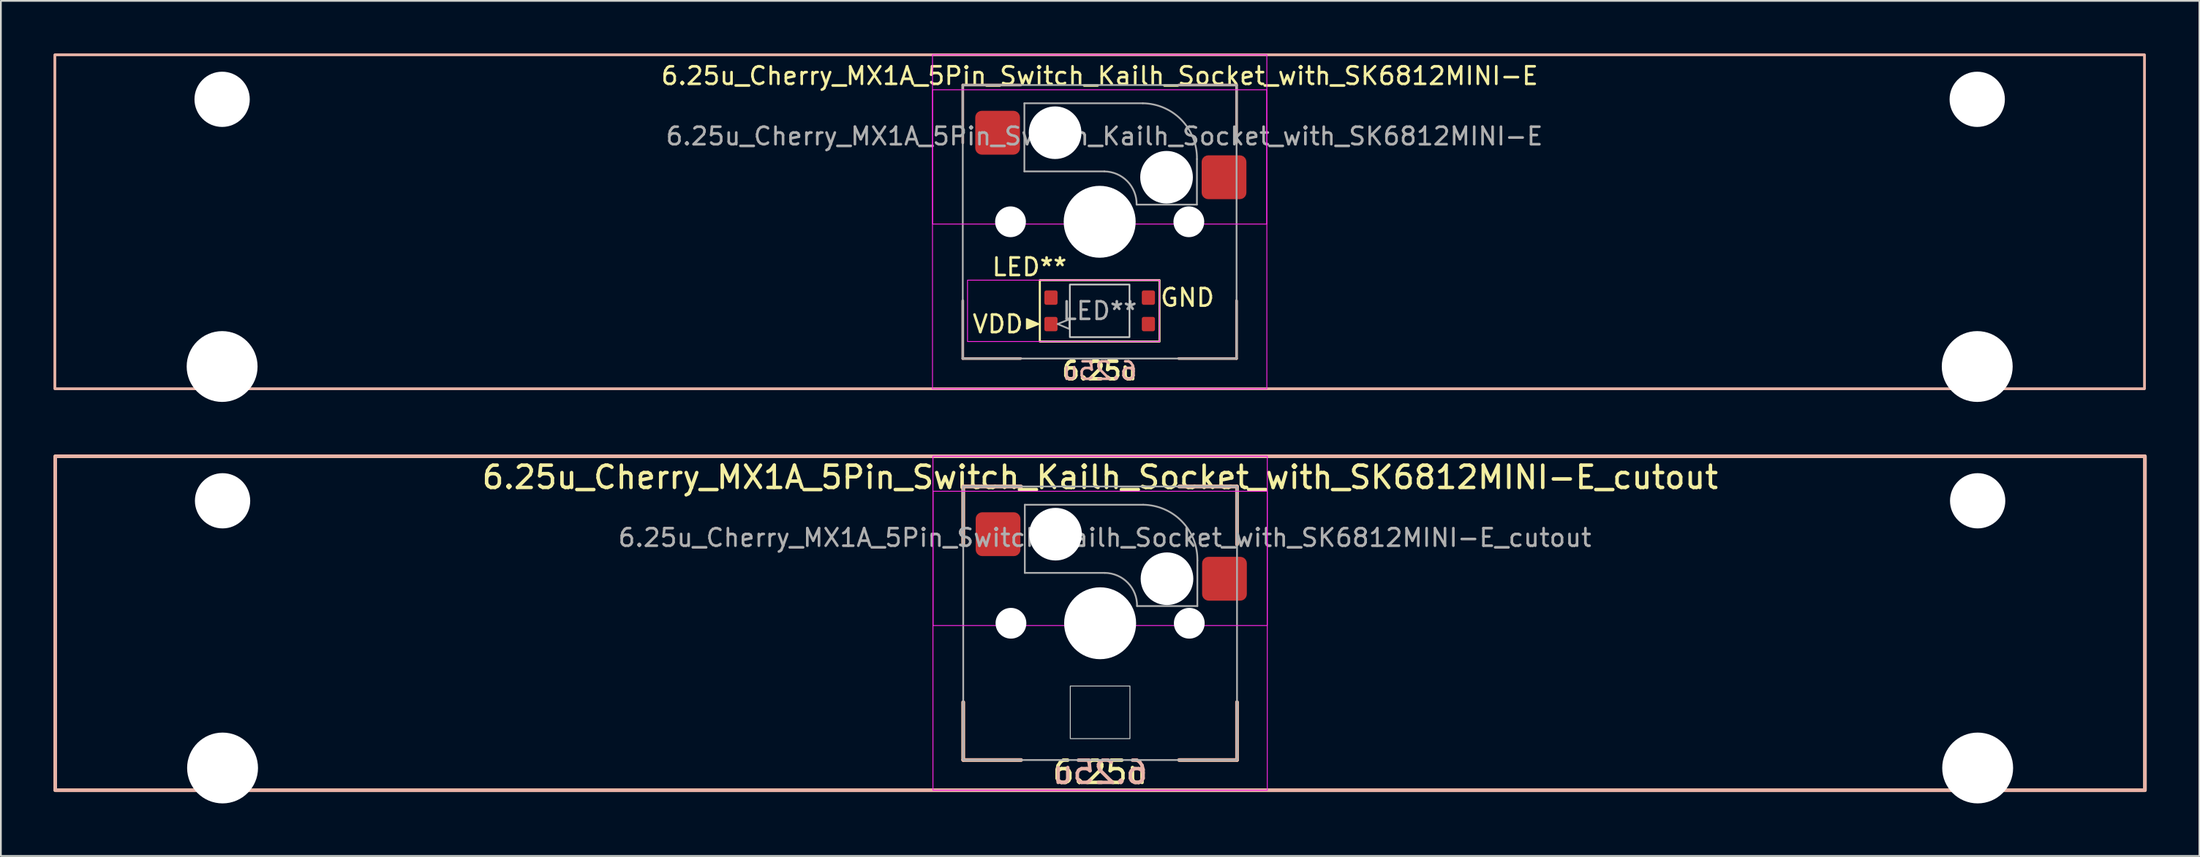
<source format=kicad_pcb>
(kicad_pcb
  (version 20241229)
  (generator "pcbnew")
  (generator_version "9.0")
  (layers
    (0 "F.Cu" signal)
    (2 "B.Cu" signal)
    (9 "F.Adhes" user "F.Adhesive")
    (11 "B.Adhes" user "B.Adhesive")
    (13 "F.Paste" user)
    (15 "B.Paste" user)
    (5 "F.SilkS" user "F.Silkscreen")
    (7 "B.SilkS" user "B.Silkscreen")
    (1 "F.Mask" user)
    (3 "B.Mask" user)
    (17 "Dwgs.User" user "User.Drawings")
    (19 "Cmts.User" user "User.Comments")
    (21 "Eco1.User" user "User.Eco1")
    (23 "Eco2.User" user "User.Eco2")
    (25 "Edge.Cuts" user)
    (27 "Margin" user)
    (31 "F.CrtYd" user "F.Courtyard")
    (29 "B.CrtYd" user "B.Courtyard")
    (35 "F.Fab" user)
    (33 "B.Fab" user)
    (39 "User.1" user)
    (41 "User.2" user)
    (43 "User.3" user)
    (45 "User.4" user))
  (footprint "6.25u_Cherry_MX1A_5Pin_Switch_Kailh_Socket_with_SK6812MINI-E_cutout"
    (layer "F.Cu")
    (at 59.631 32.499)
    (property "Reference" "6.25u_Cherry_MX1A_5Pin_Switch_Kailh_Socket_with_SK6812MINI-E_cutout" (at 0 -8.325 0) (layer "F.SilkS") (effects (font (size 1.27 1.27) (thickness 0.2))))
    (property "Size" "6.25u" (at 0 8.5 0) (layer "F.SilkS") (effects (font (size 1.27 1.27) (thickness 0.2) (bold yes))))
    (attr smd)
    (fp_line (start -7.8 -7.8) (end -7.8 -4.5) (stroke (width 0.2) (type default)) (layer "F.SilkS"))
    (fp_line (start -7.8 -7.8) (end -4.5 -7.8) (stroke (width 0.2) (type default)) (layer "F.SilkS"))
    (fp_line (start -7.8 7.8) (end -7.8 4.5) (stroke (width 0.2) (type solid)) (layer "F.SilkS"))
    (fp_line (start -7.8 7.8) (end -4.5 7.8) (stroke (width 0.2) (type default)) (layer "F.SilkS"))
    (fp_line (start 7.8 -7.8) (end 4.5 -7.8) (stroke (width 0.2) (type default)) (layer "F.SilkS"))
    (fp_line (start 7.8 -7.8) (end 7.8 -4.5) (stroke (width 0.2) (type default)) (layer "F.SilkS"))
    (fp_line (start 7.8 7.8) (end 4.5 7.8) (stroke (width 0.2) (type default)) (layer "F.SilkS"))
    (fp_line (start 7.8 7.8) (end 7.8 4.5) (stroke (width 0.2) (type default)) (layer "F.SilkS"))
    (fp_rect (start -59.531 -9.525) (end 59.531 9.525) (stroke (width 0.2) (type default)) (fill no) (layer "F.SilkS"))
    (fp_line (start -7.8 -7.8) (end -7.8 -4.5) (stroke (width 0.2) (type default)) (layer "B.SilkS"))
    (fp_line (start -7.8 -7.8) (end -4.5 -7.8) (stroke (width 0.2) (type default)) (layer "B.SilkS"))
    (fp_line (start -7.8 7.8) (end -7.8 4.5) (stroke (width 0.2) (type default)) (layer "B.SilkS"))
    (fp_line (start -7.8 7.8) (end -4.5 7.8) (stroke (width 0.2) (type default)) (layer "B.SilkS"))
    (fp_line (start 7.8 -7.8) (end 4.5 -7.8) (stroke (width 0.2) (type default)) (layer "B.SilkS"))
    (fp_line (start 7.8 -7.8) (end 7.8 -4.5) (stroke (width 0.2) (type default)) (layer "B.SilkS"))
    (fp_line (start 7.8 7.8) (end 4.5 7.8) (stroke (width 0.2) (type default)) (layer "B.SilkS"))
    (fp_line (start 7.8 7.8) (end 7.8 4.5) (stroke (width 0.2) (type default)) (layer "B.SilkS"))
    (fp_rect (start -59.531 -9.525) (end 59.531 9.525) (stroke (width 0.2) (type default)) (fill no) (layer "B.SilkS"))
    (fp_rect (start -1.7 3.58) (end 1.7 6.58) (stroke (width 0.05) (type default)) (fill no) (layer "Edge.Cuts"))
    (fp_rect (start -9.525 -9.525) (end 9.525 9.525) (stroke (width 0.05) (type default)) (fill no) (layer "F.CrtYd"))
    (fp_rect (start -9.52 -7.53) (end 9.52 0.13) (stroke (width 0.05) (type default)) (fill no) (layer "F.CrtYd"))
    (fp_line (start -4.29 -2.873) (end -4.29 -6.759) (stroke (width 0.1) (type default)) (layer "F.Fab"))
    (fp_line (start 0.269 -2.873) (end -4.29 -2.873) (stroke (width 0.1) (type default)) (layer "F.Fab"))
    (fp_line (start 2.455 -6.759) (end -4.29 -6.759) (stroke (width 0.1) (type default)) (layer "F.Fab"))
    (fp_line (start 5.54 -0.98) (end 2.105 -0.98) (stroke (width 0.1) (type default)) (layer "F.Fab"))
    (fp_line (start 5.54 -0.98) (end 5.542 -3.577) (stroke (width 0.1) (type default)) (layer "F.Fab"))
    (fp_rect (start -7.8 -7.8) (end 7.8 7.8) (stroke (width 0.1) (type default)) (fill no) (layer "F.Fab"))
    (fp_arc (start 0.268782 -2.872715) (mid 1.580341 -2.308063) (end 2.105 -0.98) (stroke (width 0.1) (type default)) (layer "F.Fab"))
    (fp_arc (start 2.45495 -6.759322) (mid 4.66 -5.81) (end 5.542076 -3.577199) (stroke (width 0.1) (type default)) (layer "F.Fab"))
    (fp_text user "${Size}" (at 0 8.5 0) (unlocked yes) (layer "B.SilkS") (effects (font (size 1.27 1.27) (thickness 0.2) (bold yes)) (justify mirror)))
    (fp_text user "${REFERENCE}" (at 0.269 -4.88 0) (layer "F.Fab") (effects (font (size 1 1) (thickness 0.15))))
    (pad "" np_thru_hole circle (at -50 -6.985) (size 3.15 3.15) (drill 3.15) (layers "*.Cu" "*.Mask"))
    (pad "" np_thru_hole circle (at -50 8.255) (size 4.039 4.039) (drill 4.039) (layers "*.Cu" "*.Mask"))
    (pad "" np_thru_hole circle (at -5.08 0) (size 1.753 1.753) (drill 1.753) (layers "*.Cu" "*.Mask"))
    (pad "" np_thru_hole circle (at -2.54 -5.08) (size 3 3) (drill 3) (layers "*.Cu" "*.Mask"))
    (pad "" np_thru_hole circle (at 0 0) (size 4.1 4.1) (drill 4.1) (layers "*.Cu" "*.Mask"))
    (pad "" np_thru_hole circle (at 3.81 -2.54) (size 3 3) (drill 3) (layers "*.Cu" "*.Mask"))
    (pad "" np_thru_hole circle (at 5.08 0) (size 1.753 1.753) (drill 1.753) (layers "*.Cu" "*.Mask"))
    (pad "" np_thru_hole circle (at 50 -6.985) (size 3.15 3.15) (drill 3.15) (layers "*.Cu" "*.Mask"))
    (pad "" np_thru_hole circle (at 50 8.255) (size 4.039 4.039) (drill 4.039) (layers "*.Cu" "*.Mask"))
    (pad "1" smd roundrect (at -5.815 -5.08) (size 2.55 2.5) (layers "F.Cu" "F.Mask" "F.Paste") (roundrect_rratio 0.15))
    (pad "2" smd roundrect (at 7.085 -2.54) (size 2.55 2.5) (layers "F.Cu" "F.Mask" "F.Paste") (roundrect_rratio 0.15)))
  (footprint "6.25u_Cherry_MX1A_5Pin_Switch_Kailh_Socket_with_SK6812MINI-E"
    (layer "F.Cu")
    (at 59.606 9.6)
    (property "Reference" "6.25u_Cherry_MX1A_5Pin_Switch_Kailh_Socket_with_SK6812MINI-E" (at 0 -8.325 0) (layer "F.SilkS") (effects (font (size 1 1) (thickness 0.15))))
    (property "LED_Reference" "LED**" (at -4 2.58 0) (layer "F.SilkS") (effects (font (size 1 1) (thickness 0.15))))
    (property "Size" "6.25u" (at 0 8.5 0) (layer "F.SilkS") (effects (font (size 1 1) (thickness 0.2) (bold yes))))
    (attr smd)
    (fp_line (start -7.8 -7.8) (end -7.8 -4.5) (stroke (width 0.12) (type default)) (layer "F.SilkS"))
    (fp_line (start -7.8 -7.8) (end -4.5 -7.8) (stroke (width 0.12) (type default)) (layer "F.SilkS"))
    (fp_line (start -7.8 7.8) (end -7.8 4.5) (stroke (width 0.12) (type solid)) (layer "F.SilkS"))
    (fp_line (start -7.8 7.8) (end -4.5 7.8) (stroke (width 0.12) (type default)) (layer "F.SilkS"))
    (fp_line (start 7.8 -7.8) (end 4.5 -7.8) (stroke (width 0.12) (type default)) (layer "F.SilkS"))
    (fp_line (start 7.8 -7.8) (end 7.8 -4.5) (stroke (width 0.12) (type default)) (layer "F.SilkS"))
    (fp_line (start 7.8 7.8) (end 4.5 7.8) (stroke (width 0.12) (type default)) (layer "F.SilkS"))
    (fp_line (start 7.8 7.8) (end 7.8 4.5) (stroke (width 0.12) (type default)) (layer "F.SilkS"))
    (fp_rect (start -59.531 -9.525) (end 59.531 9.525) (stroke (width 0.12) (type default)) (fill no) (layer "F.SilkS"))
    (fp_rect (start -3.41 3.33) (end 3.41 6.83) (stroke (width 0.12) (type default)) (fill no) (layer "F.SilkS"))
    (fp_poly (pts (xy -3.48 5.83) (xy -4.153 5.547) (xy -4.153 5.55) (xy -4.153 6.097)) (stroke (width 0.1) (type solid)) (fill yes) (layer "F.SilkS"))
    (fp_line (start -7.8 -7.8) (end -7.8 -4.5) (stroke (width 0.15) (type default)) (layer "B.SilkS"))
    (fp_line (start -7.8 -7.8) (end -4.5 -7.8) (stroke (width 0.15) (type default)) (layer "B.SilkS"))
    (fp_line (start -7.8 7.8) (end -7.8 4.5) (stroke (width 0.15) (type default)) (layer "B.SilkS"))
    (fp_line (start -7.8 7.8) (end -4.5 7.8) (stroke (width 0.15) (type default)) (layer "B.SilkS"))
    (fp_line (start 7.8 -7.8) (end 4.5 -7.8) (stroke (width 0.15) (type default)) (layer "B.SilkS"))
    (fp_line (start 7.8 -7.8) (end 7.8 -4.5) (stroke (width 0.15) (type default)) (layer "B.SilkS"))
    (fp_line (start 7.8 7.8) (end 4.5 7.8) (stroke (width 0.15) (type default)) (layer "B.SilkS"))
    (fp_line (start 7.8 7.8) (end 7.8 4.5) (stroke (width 0.15) (type default)) (layer "B.SilkS"))
    (fp_rect (start -59.531 -9.525) (end 59.531 9.525) (stroke (width 0.15) (type default)) (fill no) (layer "B.SilkS"))
    (fp_rect (start -1.7 3.58) (end 1.7 6.58) (stroke (width 0.05) (type default)) (fill no) (layer "Edge.Cuts"))
    (fp_rect (start -9.525 -9.525) (end 9.525 9.525) (stroke (width 0.05) (type default)) (fill no) (layer "F.CrtYd"))
    (fp_rect (start -9.52 -7.53) (end 9.52 0.13) (stroke (width 0.05) (type default)) (fill no) (layer "F.CrtYd"))
    (fp_rect (start -7.53 3.33) (end 3.41 6.83) (stroke (width 0.05) (type default)) (fill no) (layer "F.CrtYd"))
    (fp_line (start -4.29 -2.873) (end -4.29 -6.759) (stroke (width 0.1) (type default)) (layer "F.Fab"))
    (fp_line (start 0.269 -2.873) (end -4.29 -2.873) (stroke (width 0.1) (type default)) (layer "F.Fab"))
    (fp_line (start 2.455 -6.759) (end -4.29 -6.759) (stroke (width 0.1) (type default)) (layer "F.Fab"))
    (fp_line (start 5.54 -0.98) (end 2.105 -0.98) (stroke (width 0.1) (type default)) (layer "F.Fab"))
    (fp_line (start 5.54 -0.98) (end 5.542 -3.577) (stroke (width 0.1) (type default)) (layer "F.Fab"))
    (fp_rect (start -7.8 -7.8) (end 7.8 7.8) (stroke (width 0.1) (type default)) (fill no) (layer "F.Fab"))
    (fp_rect (start -1.7 3.58) (end 1.7 6.58) (stroke (width 0.1) (type default)) (fill no) (layer "F.Fab"))
    (fp_arc (start 0.268782 -2.872715) (mid 1.580341 -2.308063) (end 2.105 -0.98) (stroke (width 0.1) (type default)) (layer "F.Fab"))
    (fp_arc (start 2.45495 -6.759322) (mid 4.66 -5.81) (end 5.542076 -3.577199) (stroke (width 0.1) (type default)) (layer "F.Fab"))
    (fp_poly (pts (xy -2.4 5.83) (xy -1.727 6.113) (xy -1.727 6.11) (xy -1.727 5.563)) (stroke (width 0.1) (type solid)) (fill no) (layer "F.Fab"))
    (fp_text user "GND" (at 5 4.325 0) (unlocked yes) (layer "F.SilkS") (effects (font (size 1 1) (thickness 0.15))))
    (fp_text user "VDD" (at -5.8 5.835 0) (unlocked yes) (layer "F.SilkS") (effects (font (size 1 1) (thickness 0.15))))
    (fp_text user "${Size}" (at 0 8.5 0) (unlocked yes) (layer "B.SilkS") (effects (font (size 1 1) (thickness 0.15)) (justify mirror)))
    (fp_text user "${REFERENCE}" (at 0.269 -4.88 0) (layer "F.Fab") (effects (font (size 1 1) (thickness 0.15))))
    (fp_text user "${LED_Reference}" (at 0 5.08 0) (unlocked yes) (layer "F.Fab") (effects (font (size 1 1) (thickness 0.15))))
    (pad "" np_thru_hole circle (at -50 -6.985) (size 3.15 3.15) (drill 3.15) (layers "*.Cu" "*.Mask"))
    (pad "" np_thru_hole circle (at -50 8.255) (size 4.039 4.039) (drill 4.039) (layers "*.Cu" "*.Mask"))
    (pad "" np_thru_hole circle (at -5.08 0) (size 1.753 1.753) (drill 1.753) (layers "*.Cu" "*.Mask"))
    (pad "" np_thru_hole circle (at -2.54 -5.08) (size 3 3) (drill 3) (layers "*.Cu" "*.Mask"))
    (pad "" np_thru_hole circle (at 0 0) (size 4.1 4.1) (drill 4.1) (layers "*.Cu" "*.Mask"))
    (pad "" np_thru_hole circle (at 3.81 -2.54) (size 3 3) (drill 3) (layers "*.Cu" "*.Mask"))
    (pad "" np_thru_hole circle (at 5.08 0) (size 1.753 1.753) (drill 1.753) (layers "*.Cu" "*.Mask"))
    (pad "" np_thru_hole circle (at 50 -6.985) (size 3.15 3.15) (drill 3.15) (layers "*.Cu" "*.Mask"))
    (pad "" np_thru_hole circle (at 50 8.255) (size 4.039 4.039) (drill 4.039) (layers "*.Cu" "*.Mask"))
    (pad "1" smd roundrect (at -2.775 5.835) (size 0.75 0.82) (layers "F.Cu" "F.Mask" "F.Paste") (roundrect_rratio 0.15))
    (pad "2" smd roundrect (at -2.775 4.325) (size 0.75 0.82) (layers "F.Cu" "F.Mask" "F.Paste") (roundrect_rratio 0.15))
    (pad "3" smd roundrect (at 2.775 4.325) (size 0.75 0.82) (layers "F.Cu" "F.Mask" "F.Paste") (roundrect_rratio 0.15))
    (pad "4" smd roundrect (at 2.775 5.835) (size 0.75 0.82) (layers "F.Cu" "F.Mask" "F.Paste") (roundrect_rratio 0.15))
    (pad "5" smd roundrect (at -5.815 -5.08) (size 2.55 2.5) (layers "F.Cu" "F.Mask" "F.Paste") (roundrect_rratio 0.15))
    (pad "6" smd roundrect (at 7.085 -2.54) (size 2.55 2.5) (layers "F.Cu" "F.Mask" "F.Paste") (roundrect_rratio 0.15)))
  (gr_rect
    (start -3 -3)
    (end 122.263 45.774)
    (stroke (width 0.1) (type default))
    (fill no)
    (layer "Edge.Cuts")))
</source>
